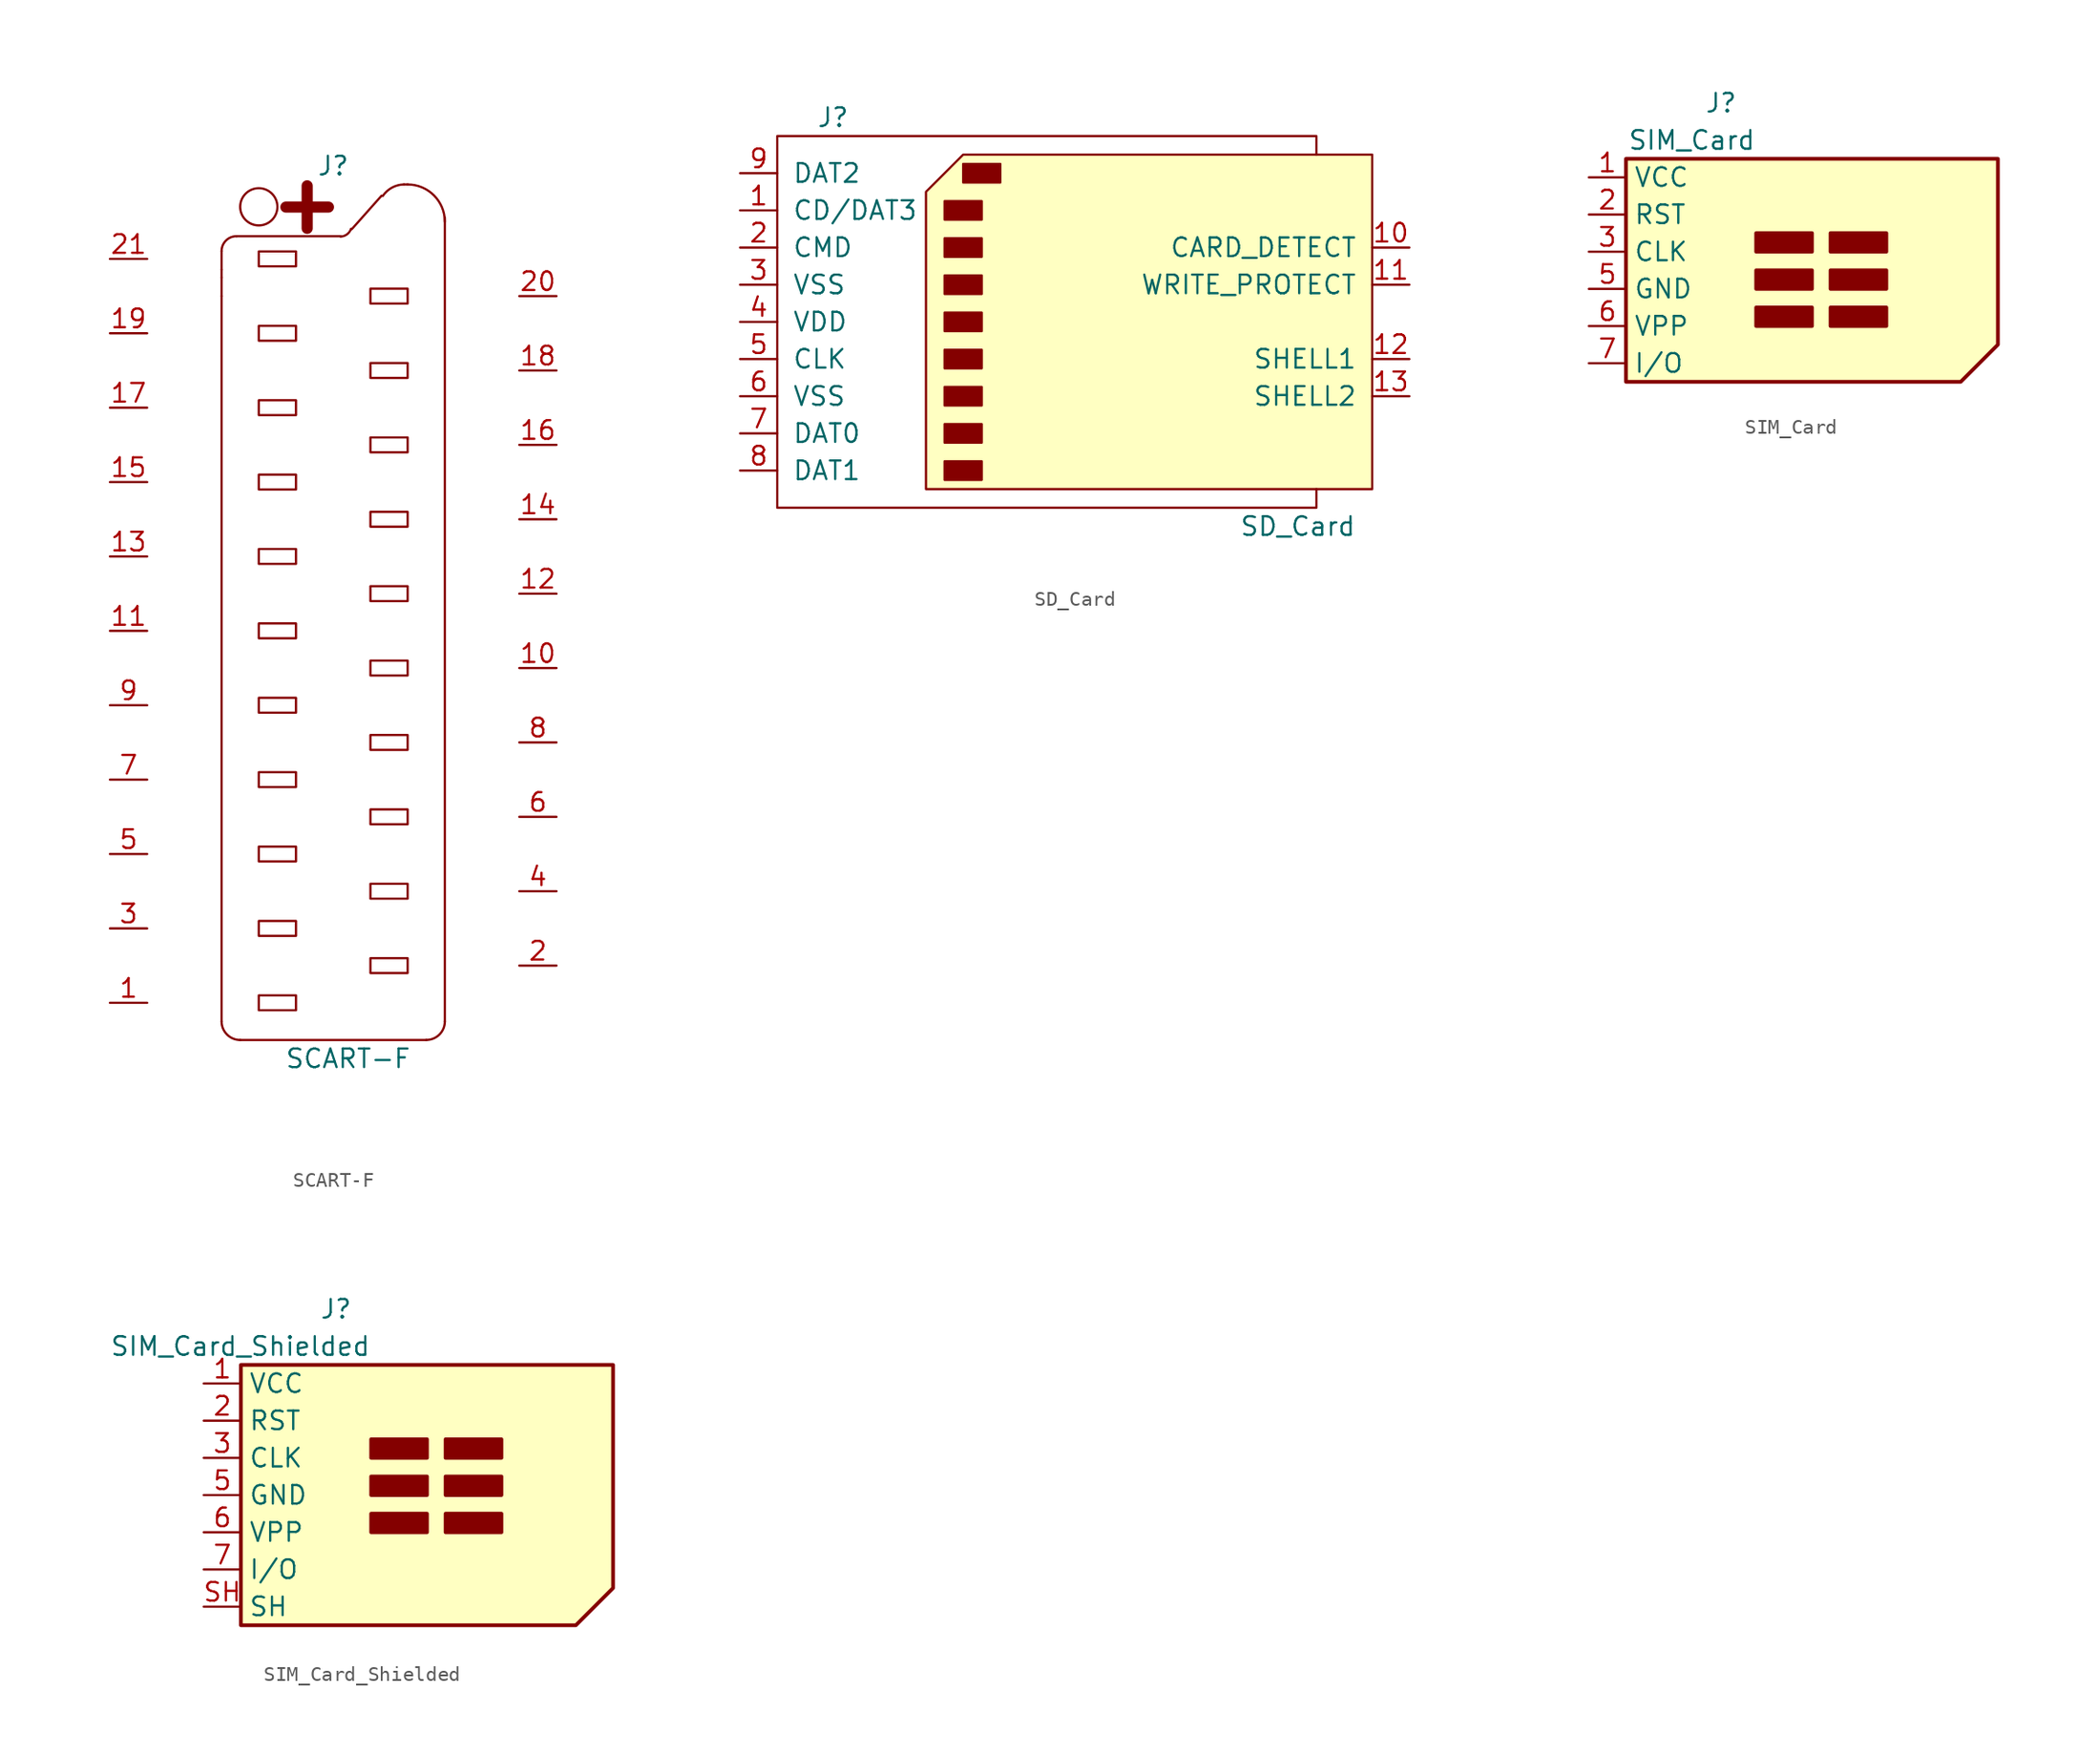
<source format=kicad_sym>
(kicad_symbol_lib
  (version 20201005)
  (generator kicad_symbol_editor)
  (symbol "Connector:SCART-F"
    (pin_names
      (offset 0.762) hide)
    (property "Reference" "J"
      (at 0 31.75 0)
      (effects (font (size 1.27 1.27))))
    (property "Value" "SCART-F"
      (at 1.016 -29.21 0)
      (effects (font (size 1.27 1.27))))
    (symbol "SCART-F_0_1"
      (arc (start -6.604 26.9494) (end -7.62 25.9334) (radius (at -6.604 25.9334) (length 1.016) (angles 89.9 -179.9)) (stroke (width 0)) (fill (type none)))
      (arc (start -7.62 -26.67) (end -6.35 -27.94) (radius (at -6.35 -26.67) (length 1.27) (angles 179.9 -89.9)) (stroke (width 0)) (fill (type none)))
      (arc (start 0.508 26.924) (end 1.2192 27.4574) (radius (at 0.508 27.686) (length 0.762) (angles -90.1 -18.3)) (stroke (width 0)) (fill (type none)))
      (arc (start 4.826 30.48) (end 3.3782 29.6926) (radius (at 4.826 28.7274) (length 1.7526) (angles 89.9 146.4)) (stroke (width 0)) (fill (type none)))
      (arc (start 7.62 27.94) (end 5.08 30.48) (radius (at 5.08 27.94) (length 2.54) (angles -0.1 90.1)) (stroke (width 0)) (fill (type none)))
      (arc (start 6.35 -27.94) (end 7.62 -26.67) (radius (at 6.35 -26.67) (length 1.27) (angles -90.1 0.1)) (stroke (width 0)) (fill (type none)))
      (circle (center -5.08 28.956) (radius 1.27) (stroke (width 0)) (fill (type none)))
      (text "+" (at -1.778 29.21 0) (effects (font (size 3.81 3.81) bold)))
      (rectangle (start -5.08 -24.892) (end -2.54 -25.908) (stroke (width 0)) (fill (type none)))
      (rectangle (start -5.08 -19.812) (end -2.54 -20.828) (stroke (width 0)) (fill (type none)))
      (rectangle (start -5.08 -14.732) (end -2.54 -15.748) (stroke (width 0)) (fill (type none)))
      (rectangle (start -5.08 -9.652) (end -2.54 -10.668) (stroke (width 0)) (fill (type none)))
      (rectangle (start -5.08 -4.572) (end -2.54 -5.588) (stroke (width 0)) (fill (type none)))
      (rectangle (start -5.08 0.508) (end -2.54 -0.508) (stroke (width 0)) (fill (type none)))
      (rectangle (start -5.08 5.588) (end -2.54 4.572) (stroke (width 0)) (fill (type none)))
      (rectangle (start -5.08 10.668) (end -2.54 9.652) (stroke (width 0)) (fill (type none)))
      (rectangle (start -5.08 15.748) (end -2.54 14.732) (stroke (width 0)) (fill (type none)))
      (rectangle (start -5.08 20.828) (end -2.54 19.812) (stroke (width 0)) (fill (type none)))
      (rectangle (start -5.08 25.908) (end -2.54 24.892) (stroke (width 0)) (fill (type none)))
      (rectangle (start 2.54 -22.352) (end 5.08 -23.368) (stroke (width 0)) (fill (type none)))
      (rectangle (start 2.54 -17.272) (end 5.08 -18.288) (stroke (width 0)) (fill (type none)))
      (rectangle (start 2.54 -12.192) (end 5.08 -13.208) (stroke (width 0)) (fill (type none)))
      (rectangle (start 2.54 -7.112) (end 5.08 -8.128) (stroke (width 0)) (fill (type none)))
      (rectangle (start 2.54 -2.032) (end 5.08 -3.048) (stroke (width 0)) (fill (type none)))
      (rectangle (start 2.54 3.048) (end 5.08 2.032) (stroke (width 0)) (fill (type none)))
      (rectangle (start 2.54 8.128) (end 5.08 7.112) (stroke (width 0)) (fill (type none)))
      (rectangle (start 2.54 13.208) (end 5.08 12.192) (stroke (width 0)) (fill (type none)))
      (rectangle (start 2.54 18.288) (end 5.08 17.272) (stroke (width 0)) (fill (type none)))
      (rectangle (start 2.54 23.368) (end 5.08 22.352) (stroke (width 0)) (fill (type none)))
      (polyline (pts (xy -7.62 22.86) (xy -7.62 -26.67)) (stroke (width 0)) (fill (type none)))
      (polyline (pts (xy -7.62 22.86) (xy -7.62 24.13)) (stroke (width 0)) (fill (type none)))
      (polyline (pts (xy -7.62 24.663) (xy -7.62 24.13)) (stroke (width 0)) (fill (type none)))
      (polyline (pts (xy -7.62 24.663) (xy -7.62 25.933)) (stroke (width 0)) (fill (type none)))
      (polyline (pts (xy -6.604 26.949) (xy 0.508 26.949)) (stroke (width 0)) (fill (type none)))
      (polyline (pts (xy -6.35 -27.94) (xy 6.35 -27.94)) (stroke (width 0)) (fill (type none)))
      (polyline (pts (xy 3.302 29.718) (xy 1.27 27.432)) (stroke (width 0)) (fill (type none)))
      (polyline (pts (xy 4.826 30.48) (xy 5.08 30.48)) (stroke (width 0)) (fill (type none)))
      (polyline (pts (xy 7.62 -26.67) (xy 7.62 28.219)) (stroke (width 0)) (fill (type none))))
    (symbol "SCART-F_1_1"
      (pin passive line (at -15.24 -25.4 0) (length 2.54) (name "P1" (effects (font (size 1.27 1.27)))) (number "1" (effects (font (size 1.27 1.27)))))
      (pin passive line (at 15.24 -2.54 180) (length 2.54) (name "P10" (effects (font (size 1.27 1.27)))) (number "10" (effects (font (size 1.27 1.27)))))
      (pin passive line (at -15.24 0 0) (length 2.54) (name "P11" (effects (font (size 1.27 1.27)))) (number "11" (effects (font (size 1.27 1.27)))))
      (pin passive line (at 15.24 2.54 180) (length 2.54) (name "P12" (effects (font (size 1.27 1.27)))) (number "12" (effects (font (size 1.27 1.27)))))
      (pin passive line (at -15.24 5.08 0) (length 2.54) (name "P13" (effects (font (size 1.27 1.27)))) (number "13" (effects (font (size 1.27 1.27)))))
      (pin passive line (at 15.24 7.62 180) (length 2.54) (name "P14" (effects (font (size 1.27 1.27)))) (number "14" (effects (font (size 1.27 1.27)))))
      (pin passive line (at -15.24 10.16 0) (length 2.54) (name "P15" (effects (font (size 1.27 1.27)))) (number "15" (effects (font (size 1.27 1.27)))))
      (pin passive line (at 15.24 12.7 180) (length 2.54) (name "P16" (effects (font (size 1.27 1.27)))) (number "16" (effects (font (size 1.27 1.27)))))
      (pin passive line (at -15.24 15.24 0) (length 2.54) (name "P17" (effects (font (size 1.27 1.27)))) (number "17" (effects (font (size 1.27 1.27)))))
      (pin passive line (at 15.24 17.78 180) (length 2.54) (name "P18" (effects (font (size 1.27 1.27)))) (number "18" (effects (font (size 1.27 1.27)))))
      (pin passive line (at -15.24 20.32 0) (length 2.54) (name "P19" (effects (font (size 1.27 1.27)))) (number "19" (effects (font (size 1.27 1.27)))))
      (pin passive line (at 15.24 -22.86 180) (length 2.54) (name "P2" (effects (font (size 1.27 1.27)))) (number "2" (effects (font (size 1.27 1.27)))))
      (pin passive line (at 15.24 22.86 180) (length 2.54) (name "P20" (effects (font (size 1.27 1.27)))) (number "20" (effects (font (size 1.27 1.27)))))
      (pin passive line (at -15.24 25.4 0) (length 2.54) (name "P21" (effects (font (size 1.27 1.27)))) (number "21" (effects (font (size 1.27 1.27)))))
      (pin passive line (at -15.24 -20.32 0) (length 2.54) (name "P3" (effects (font (size 1.27 1.27)))) (number "3" (effects (font (size 1.27 1.27)))))
      (pin passive line (at 15.24 -17.78 180) (length 2.54) (name "P4" (effects (font (size 1.27 1.27)))) (number "4" (effects (font (size 1.27 1.27)))))
      (pin passive line (at -15.24 -15.24 0) (length 2.54) (name "P5" (effects (font (size 1.27 1.27)))) (number "5" (effects (font (size 1.27 1.27)))))
      (pin passive line (at 15.24 -12.7 180) (length 2.54) (name "P6" (effects (font (size 1.27 1.27)))) (number "6" (effects (font (size 1.27 1.27)))))
      (pin passive line (at -15.24 -10.16 0) (length 2.54) (name "P7" (effects (font (size 1.27 1.27)))) (number "7" (effects (font (size 1.27 1.27)))))
      (pin passive line (at 15.24 -7.62 180) (length 2.54) (name "P8" (effects (font (size 1.27 1.27)))) (number "8" (effects (font (size 1.27 1.27)))))
      (pin passive line (at -15.24 -5.08 0) (length 2.54) (name "P9" (effects (font (size 1.27 1.27)))) (number "9" (effects (font (size 1.27 1.27)))))))
  (symbol "Connector:SD_Card"
    (pin_names
      (offset 1.016))
    (property "Reference" "J"
      (at -16.51 13.97 0)
      (effects (font (size 1.27 1.27))))
    (property "Value" "SD_Card"
      (at 15.24 -13.97 0)
      (effects (font (size 1.27 1.27))))
    (symbol "SD_Card_0_1"
      (rectangle (start -8.89 -9.525) (end -6.35 -10.795) (stroke (width 0)) (fill (type outline)))
      (rectangle (start -8.89 -6.985) (end -6.35 -8.255) (stroke (width 0)) (fill (type outline)))
      (rectangle (start -8.89 -4.445) (end -6.35 -5.715) (stroke (width 0)) (fill (type outline)))
      (rectangle (start -8.89 -1.905) (end -6.35 -3.175) (stroke (width 0)) (fill (type outline)))
      (rectangle (start -8.89 0.635) (end -6.35 -0.635) (stroke (width 0)) (fill (type outline)))
      (rectangle (start -8.89 3.175) (end -6.35 1.905) (stroke (width 0)) (fill (type outline)))
      (rectangle (start -8.89 5.715) (end -6.35 4.445) (stroke (width 0)) (fill (type outline)))
      (rectangle (start -8.89 8.255) (end -6.35 6.985) (stroke (width 0)) (fill (type outline)))
      (rectangle (start -7.62 10.795) (end -5.08 9.525) (stroke (width 0)) (fill (type outline)))
      (polyline (pts (xy -10.16 8.89) (xy -7.62 11.43) (xy 20.32 11.43) (xy 20.32 -11.43) (xy -10.16 -11.43) (xy -10.16 8.89)) (stroke (width 0)) (fill (type background)))
      (polyline (pts (xy 16.51 11.43) (xy 16.51 12.7) (xy -20.32 12.7) (xy -20.32 -12.7) (xy 16.51 -12.7) (xy 16.51 -11.43)) (stroke (width 0)) (fill (type none))))
    (symbol "SD_Card_1_1"
      (pin input line (at -22.86 7.62 0) (length 2.54) (name "CD/DAT3" (effects (font (size 1.27 1.27)))) (number "1" (effects (font (size 1.27 1.27)))))
      (pin input line (at 22.86 5.08 180) (length 2.54) (name "CARD_DETECT" (effects (font (size 1.27 1.27)))) (number "10" (effects (font (size 1.27 1.27)))))
      (pin input line (at 22.86 2.54 180) (length 2.54) (name "WRITE_PROTECT" (effects (font (size 1.27 1.27)))) (number "11" (effects (font (size 1.27 1.27)))))
      (pin input line (at 22.86 -2.54 180) (length 2.54) (name "SHELL1" (effects (font (size 1.27 1.27)))) (number "12" (effects (font (size 1.27 1.27)))))
      (pin input line (at 22.86 -5.08 180) (length 2.54) (name "SHELL2" (effects (font (size 1.27 1.27)))) (number "13" (effects (font (size 1.27 1.27)))))
      (pin input line (at -22.86 5.08 0) (length 2.54) (name "CMD" (effects (font (size 1.27 1.27)))) (number "2" (effects (font (size 1.27 1.27)))))
      (pin power_in line (at -22.86 2.54 0) (length 2.54) (name "VSS" (effects (font (size 1.27 1.27)))) (number "3" (effects (font (size 1.27 1.27)))))
      (pin power_in line (at -22.86 0 0) (length 2.54) (name "VDD" (effects (font (size 1.27 1.27)))) (number "4" (effects (font (size 1.27 1.27)))))
      (pin input line (at -22.86 -2.54 0) (length 2.54) (name "CLK" (effects (font (size 1.27 1.27)))) (number "5" (effects (font (size 1.27 1.27)))))
      (pin power_in line (at -22.86 -5.08 0) (length 2.54) (name "VSS" (effects (font (size 1.27 1.27)))) (number "6" (effects (font (size 1.27 1.27)))))
      (pin input line (at -22.86 -7.62 0) (length 2.54) (name "DAT0" (effects (font (size 1.27 1.27)))) (number "7" (effects (font (size 1.27 1.27)))))
      (pin input line (at -22.86 -10.16 0) (length 2.54) (name "DAT1" (effects (font (size 1.27 1.27)))) (number "8" (effects (font (size 1.27 1.27)))))
      (pin input line (at -22.86 10.16 0) (length 2.54) (name "DAT2" (effects (font (size 1.27 1.27)))) (number "9" (effects (font (size 1.27 1.27)))))))
  (symbol "Connector:SIM_Card"
    (property "Reference" "J"
      (at -2.54 12.7 0)
      (effects (font (size 1.27 1.27)) (justify right)))
    (property "Value" "SIM_Card"
      (at -1.27 10.16 0)
      (effects (font (size 1.27 1.27)) (justify right)))
    (symbol "SIM_Card_0_1"
      (rectangle (start -1.27 -2.54) (end 2.54 -1.27) (stroke (width 0.254)) (fill (type outline)))
      (rectangle (start -1.27 0) (end 2.54 1.27) (stroke (width 0.254)) (fill (type outline)))
      (rectangle (start -1.27 2.54) (end 2.54 3.81) (stroke (width 0.254)) (fill (type outline)))
      (rectangle (start 3.81 -1.27) (end 7.62 -2.54) (stroke (width 0.254)) (fill (type outline)))
      (rectangle (start 3.81 0) (end 7.62 1.27) (stroke (width 0.254)) (fill (type outline)))
      (rectangle (start 3.81 2.54) (end 7.62 3.81) (stroke (width 0.254)) (fill (type outline)))
      (polyline (pts (xy -10.16 8.89) (xy 15.24 8.89) (xy 15.24 -3.81) (xy 12.7 -6.35) (xy -10.16 -6.35) (xy -10.16 8.89)) (stroke (width 0.254)) (fill (type background))))
    (symbol "SIM_Card_1_1"
      (pin power_in line (at -12.7 7.62 0) (length 2.54) (name "VCC" (effects (font (size 1.27 1.27)))) (number "1" (effects (font (size 1.27 1.27)))))
      (pin input line (at -12.7 5.08 0) (length 2.54) (name "RST" (effects (font (size 1.27 1.27)))) (number "2" (effects (font (size 1.27 1.27)))))
      (pin input line (at -12.7 2.54 0) (length 2.54) (name "CLK" (effects (font (size 1.27 1.27)))) (number "3" (effects (font (size 1.27 1.27)))))
      (pin power_in line (at -12.7 0 0) (length 2.54) (name "GND" (effects (font (size 1.27 1.27)))) (number "5" (effects (font (size 1.27 1.27)))))
      (pin input line (at -12.7 -2.54 0) (length 2.54) (name "VPP" (effects (font (size 1.27 1.27)))) (number "6" (effects (font (size 1.27 1.27)))))
      (pin bidirectional line (at -12.7 -5.08 0) (length 2.54) (name "I/O" (effects (font (size 1.27 1.27)))) (number "7" (effects (font (size 1.27 1.27)))))))
  (symbol "Connector:SIM_Card_Shielded"
    (property "Reference" "J"
      (at -2.54 12.7 0)
      (effects (font (size 1.27 1.27)) (justify right)))
    (property "Value" "SIM_Card_Shielded"
      (at -1.27 10.16 0)
      (effects (font (size 1.27 1.27)) (justify right)))
    (symbol "SIM_Card_Shielded_0_1"
      (rectangle (start -1.27 -2.54) (end 2.54 -1.27) (stroke (width 0.254)) (fill (type outline)))
      (rectangle (start -1.27 0) (end 2.54 1.27) (stroke (width 0.254)) (fill (type outline)))
      (rectangle (start -1.27 2.54) (end 2.54 3.81) (stroke (width 0.254)) (fill (type outline)))
      (rectangle (start 3.81 -1.27) (end 7.62 -2.54) (stroke (width 0.254)) (fill (type outline)))
      (rectangle (start 3.81 0) (end 7.62 1.27) (stroke (width 0.254)) (fill (type outline)))
      (rectangle (start 3.81 2.54) (end 7.62 3.81) (stroke (width 0.254)) (fill (type outline)))
      (polyline (pts (xy -10.16 8.89) (xy -10.16 -8.89) (xy 12.7 -8.89) (xy 15.24 -6.35) (xy 15.24 8.89) (xy -10.16 8.89)) (stroke (width 0.254)) (fill (type background))))
    (symbol "SIM_Card_Shielded_1_1"
      (pin power_in line (at -12.7 7.62 0) (length 2.54) (name "VCC" (effects (font (size 1.27 1.27)))) (number "1" (effects (font (size 1.27 1.27)))))
      (pin input line (at -12.7 5.08 0) (length 2.54) (name "RST" (effects (font (size 1.27 1.27)))) (number "2" (effects (font (size 1.27 1.27)))))
      (pin input line (at -12.7 2.54 0) (length 2.54) (name "CLK" (effects (font (size 1.27 1.27)))) (number "3" (effects (font (size 1.27 1.27)))))
      (pin power_in line (at -12.7 0 0) (length 2.54) (name "GND" (effects (font (size 1.27 1.27)))) (number "5" (effects (font (size 1.27 1.27)))))
      (pin input line (at -12.7 -2.54 0) (length 2.54) (name "VPP" (effects (font (size 1.27 1.27)))) (number "6" (effects (font (size 1.27 1.27)))))
      (pin bidirectional line (at -12.7 -5.08 0) (length 2.54) (name "I/O" (effects (font (size 1.27 1.27)))) (number "7" (effects (font (size 1.27 1.27)))))
      (pin passive line (at -12.7 -7.62 0) (length 2.54) (name "SH" (effects (font (size 1.27 1.27)))) (number "SH" (effects (font (size 1.27 1.27))))))))
</source>
